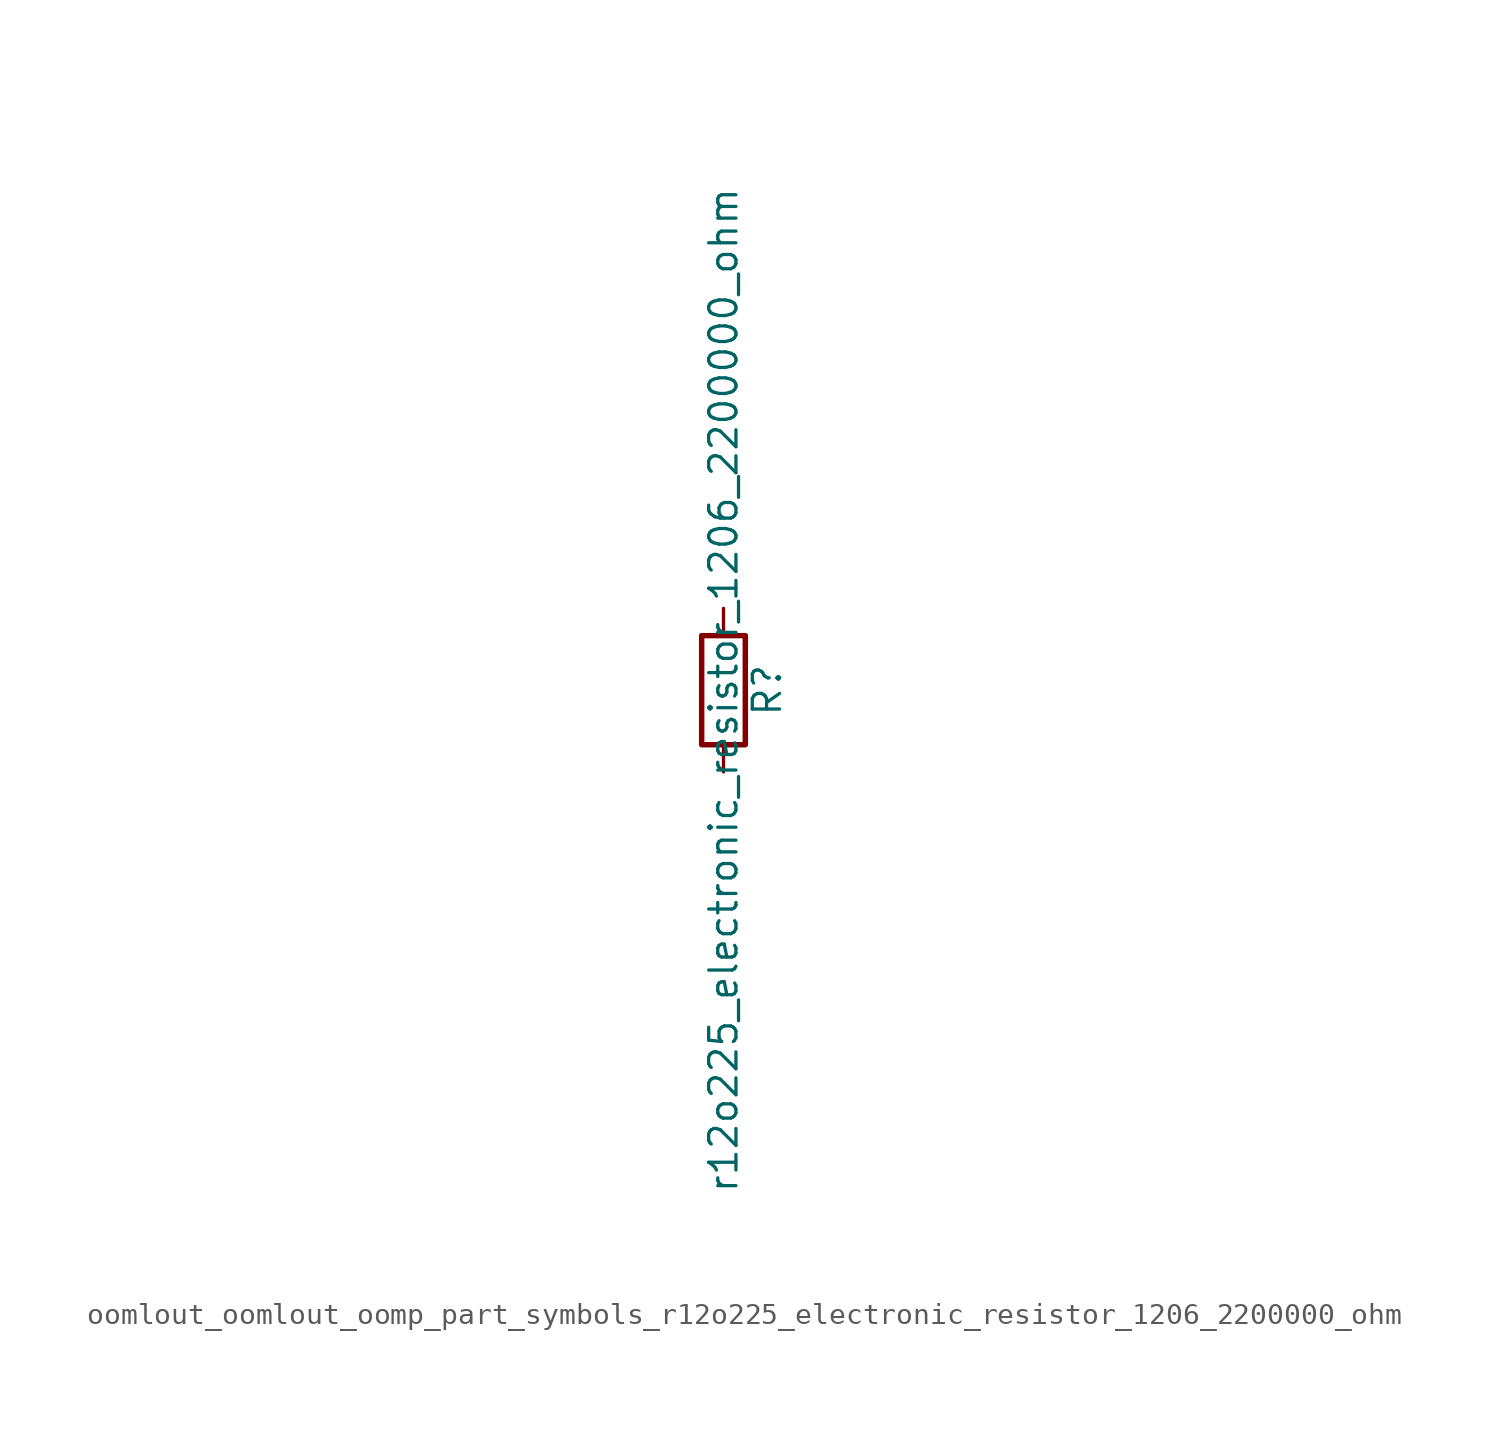
<source format=kicad_sym>
(kicad_symbol_lib
  (version 20220914)
  (generator kicad_symbol_editor)
  (symbol "oomlout_oomlout_oomp_part_symbols_r12o225_electronic_resistor_1206_2200000_ohm"
    (pin_numbers hide)
    (pin_names
      (offset 0))
    (property "Reference" "R"
      (at 2.032 0 90)
      (effects (font (size 1.27 1.27))))
    (property "Value" "r12o225_electronic_resistor_1206_2200000_ohm"
      (at 0 0 90)
      (effects (font (size 1.27 1.27))))
    (symbol "oomlout_oomlout_oomp_part_symbols_r12o225_electronic_resistor_1206_2200000_ohm_0_1"
      (rectangle (start -1.016 -2.54) (end 1.016 2.54) (stroke (width 0.254) (type default)) (fill (type none))))
    (symbol "oomlout_oomlout_oomp_part_symbols_r12o225_electronic_resistor_1206_2200000_ohm_1_1"
      (pin passive line (at 0 3.81 270) (length 1.27) (name "~" (effects (font (size 1.27 1.27)))) (number "1" (effects (font (size 1.27 1.27)))))
      (pin passive line (at 0 -3.81 90) (length 1.27) (name "~" (effects (font (size 1.27 1.27)))) (number "2" (effects (font (size 1.27 1.27))))))))
</source>
